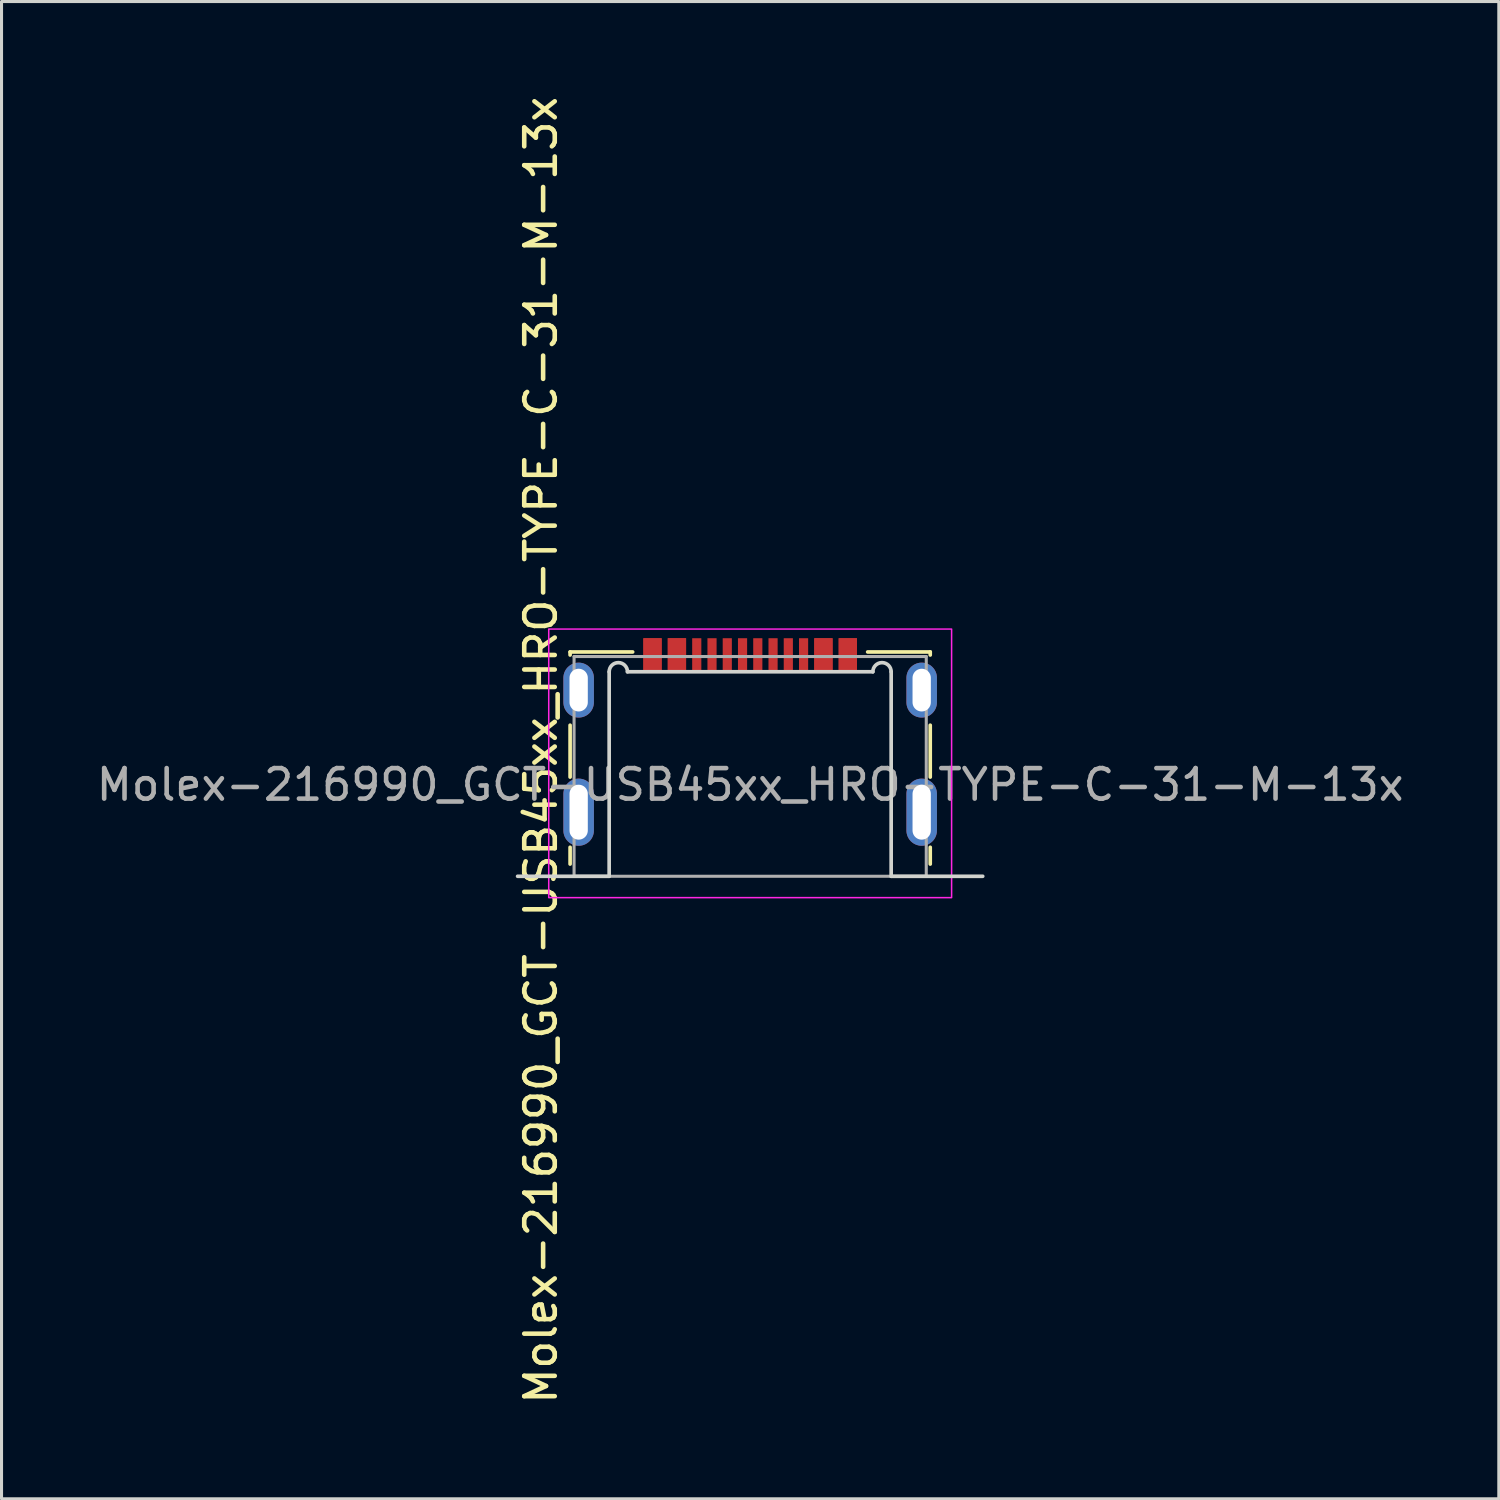
<source format=kicad_pcb>
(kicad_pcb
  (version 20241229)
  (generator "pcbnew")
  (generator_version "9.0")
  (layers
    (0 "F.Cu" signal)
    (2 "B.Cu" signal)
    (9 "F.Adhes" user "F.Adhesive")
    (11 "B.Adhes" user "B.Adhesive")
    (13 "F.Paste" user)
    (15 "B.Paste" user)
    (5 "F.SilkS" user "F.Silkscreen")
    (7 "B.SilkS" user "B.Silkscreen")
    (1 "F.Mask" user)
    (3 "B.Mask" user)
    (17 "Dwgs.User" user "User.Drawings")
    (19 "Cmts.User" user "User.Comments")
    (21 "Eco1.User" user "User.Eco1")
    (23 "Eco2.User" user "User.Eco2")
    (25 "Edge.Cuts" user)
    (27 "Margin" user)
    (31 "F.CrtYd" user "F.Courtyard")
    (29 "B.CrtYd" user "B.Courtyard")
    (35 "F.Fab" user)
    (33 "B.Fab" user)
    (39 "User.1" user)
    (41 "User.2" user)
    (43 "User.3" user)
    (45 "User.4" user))
  (footprint "Molex-216990_GCT-USB45xx_HRO-TYPE-C-31-M-13x"
    (layer "F.Cu")
    (at 21.53 25.662)
    (property "Reference" "Molex-216990_GCT-USB45xx_HRO-TYPE-C-31-M-13x" (at -6.858 -4.132 90) (unlocked yes) (layer "F.SilkS") (effects (font (size 1 1) (thickness 0.15))))
    (attr smd)
    (fp_line (start -5.9 -7.35) (end -5.9 -7.25) (stroke (width 0.12) (type solid)) (layer "F.SilkS"))
    (fp_line (start -5.9 -4.95) (end -5.9 -3.25) (stroke (width 0.12) (type solid)) (layer "F.SilkS"))
    (fp_line (start -5.9 -0.95) (end -5.9 -0.4) (stroke (width 0.12) (type solid)) (layer "F.SilkS"))
    (fp_line (start -3.85 -7.35) (end -5.9 -7.35) (stroke (width 0.12) (type solid)) (layer "F.SilkS"))
    (fp_line (start 5.9 -7.35) (end 3.85 -7.35) (stroke (width 0.12) (type solid)) (layer "F.SilkS"))
    (fp_line (start 5.9 -7.35) (end 5.9 -7.25) (stroke (width 0.12) (type solid)) (layer "F.SilkS"))
    (fp_line (start 5.9 -4.95) (end 5.9 -3.25) (stroke (width 0.12) (type solid)) (layer "F.SilkS"))
    (fp_line (start 5.9 -0.95) (end 5.9 -0.4) (stroke (width 0.12) (type solid)) (layer "F.SilkS"))
    (fp_line (start -7.62 0) (end -4.62 0) (stroke (width 0.12) (type solid)) (layer "Edge.Cuts"))
    (fp_line (start -4.62 0) (end -4.62 -6.7) (stroke (width 0.12) (type solid)) (layer "Edge.Cuts"))
    (fp_line (start -4.02 -6.7) (end 4.02 -6.7) (stroke (width 0.12) (type solid)) (layer "Edge.Cuts"))
    (fp_line (start 4.62 -6.7) (end 4.62 0) (stroke (width 0.12) (type solid)) (layer "Edge.Cuts"))
    (fp_line (start 4.62 0) (end 7.62 0) (stroke (width 0.12) (type solid)) (layer "Edge.Cuts"))
    (fp_arc (start -4.62 -6.7) (mid -4.32 -7) (end -4.02 -6.7) (stroke (width 0.12) (type solid)) (layer "Edge.Cuts"))
    (fp_arc (start 4.02 -6.7) (mid 4.32 -7) (end 4.62 -6.7) (stroke (width 0.12) (type solid)) (layer "Edge.Cuts"))
    (fp_rect (start -6.6 -8.1) (end 6.6 0.7) (stroke (width 0.05) (type solid)) (fill no) (layer "F.CrtYd"))
    (fp_line (start -5.77 -7.2) (end -5.77 0) (stroke (width 0.1) (type solid)) (layer "F.Fab"))
    (fp_line (start -5.77 0) (end 5.77 0) (stroke (width 0.1) (type solid)) (layer "F.Fab"))
    (fp_line (start 5.77 -7.2) (end -5.77 -7.2) (stroke (width 0.1) (type solid)) (layer "F.Fab"))
    (fp_line (start 5.77 0) (end 5.77 -7.2) (stroke (width 0.1) (type solid)) (layer "F.Fab"))
    (fp_text user "${REFERENCE}" (at 0 -3 0) (unlocked yes) (layer "F.Fab") (effects (font (size 1 1) (thickness 0.15))))
    (pad "A1" smd rect (at -3.2 -7.25) (size 0.6 1.1) (layers "F.Cu" "F.Mask" "F.Paste"))
    (pad "A4" smd rect (at -2.4 -7.25) (size 0.6 1.1) (layers "F.Cu" "F.Mask" "F.Paste"))
    (pad "A5" smd rect (at -1.25 -7.25) (size 0.3 1.1) (layers "F.Cu" "F.Mask" "F.Paste"))
    (pad "A6" smd rect (at -0.25 -7.25) (size 0.3 1.1) (layers "F.Cu" "F.Mask" "F.Paste"))
    (pad "A7" smd rect (at 0.25 -7.25) (size 0.3 1.1) (layers "F.Cu" "F.Mask" "F.Paste"))
    (pad "A8" smd rect (at 1.25 -7.25) (size 0.3 1.1) (layers "F.Cu" "F.Mask" "F.Paste"))
    (pad "A9" smd rect (at 2.4 -7.25) (size 0.6 1.1) (layers "F.Cu" "F.Mask" "F.Paste"))
    (pad "A12" smd rect (at 3.2 -7.25) (size 0.6 1.1) (layers "F.Cu" "F.Mask" "F.Paste"))
    (pad "B1" smd rect (at 3.2 -7.25) (size 0.6 1.1) (layers "F.Cu" "F.Mask" "F.Paste"))
    (pad "B4" smd rect (at 2.4 -7.25) (size 0.6 1.1) (layers "F.Cu" "F.Mask" "F.Paste"))
    (pad "B5" smd rect (at 1.75 -7.25) (size 0.3 1.1) (layers "F.Cu" "F.Mask" "F.Paste"))
    (pad "B6" smd rect (at 0.75 -7.25) (size 0.3 1.1) (layers "F.Cu" "F.Mask" "F.Paste"))
    (pad "B7" smd rect (at -0.75 -7.25) (size 0.3 1.1) (layers "F.Cu" "F.Mask" "F.Paste"))
    (pad "B8" smd rect (at -1.75 -7.25) (size 0.3 1.1) (layers "F.Cu" "F.Mask" "F.Paste"))
    (pad "B9" smd rect (at -2.4 -7.25) (size 0.6 1.1) (layers "F.Cu" "F.Mask" "F.Paste"))
    (pad "B12" smd rect (at -3.2 -7.25) (size 0.6 1.1) (layers "F.Cu" "F.Mask" "F.Paste"))
    (pad "S1" thru_hole oval (at -5.62 -6.1) (size 1 1.8) (drill oval 0.6 1.4) (layers "*.Cu" "*.Mask"))
    (pad "S1" thru_hole oval (at -5.62 -2.1) (size 1 2.2) (drill oval 0.6 1.8) (layers "*.Cu" "*.Mask"))
    (pad "S1" thru_hole oval (at 5.62 -6.1) (size 1 1.8) (drill oval 0.6 1.4) (layers "*.Cu" "*.Mask"))
    (pad "S1" thru_hole oval (at 5.62 -2.1) (size 1 2.2) (drill oval 0.6 1.8) (layers "*.Cu" "*.Mask")))
  (gr_rect
    (start -3 -3)
    (end 46.06 46.06)
    (stroke (width 0.1) (type default))
    (fill no)
    (layer "Edge.Cuts")))
</source>
